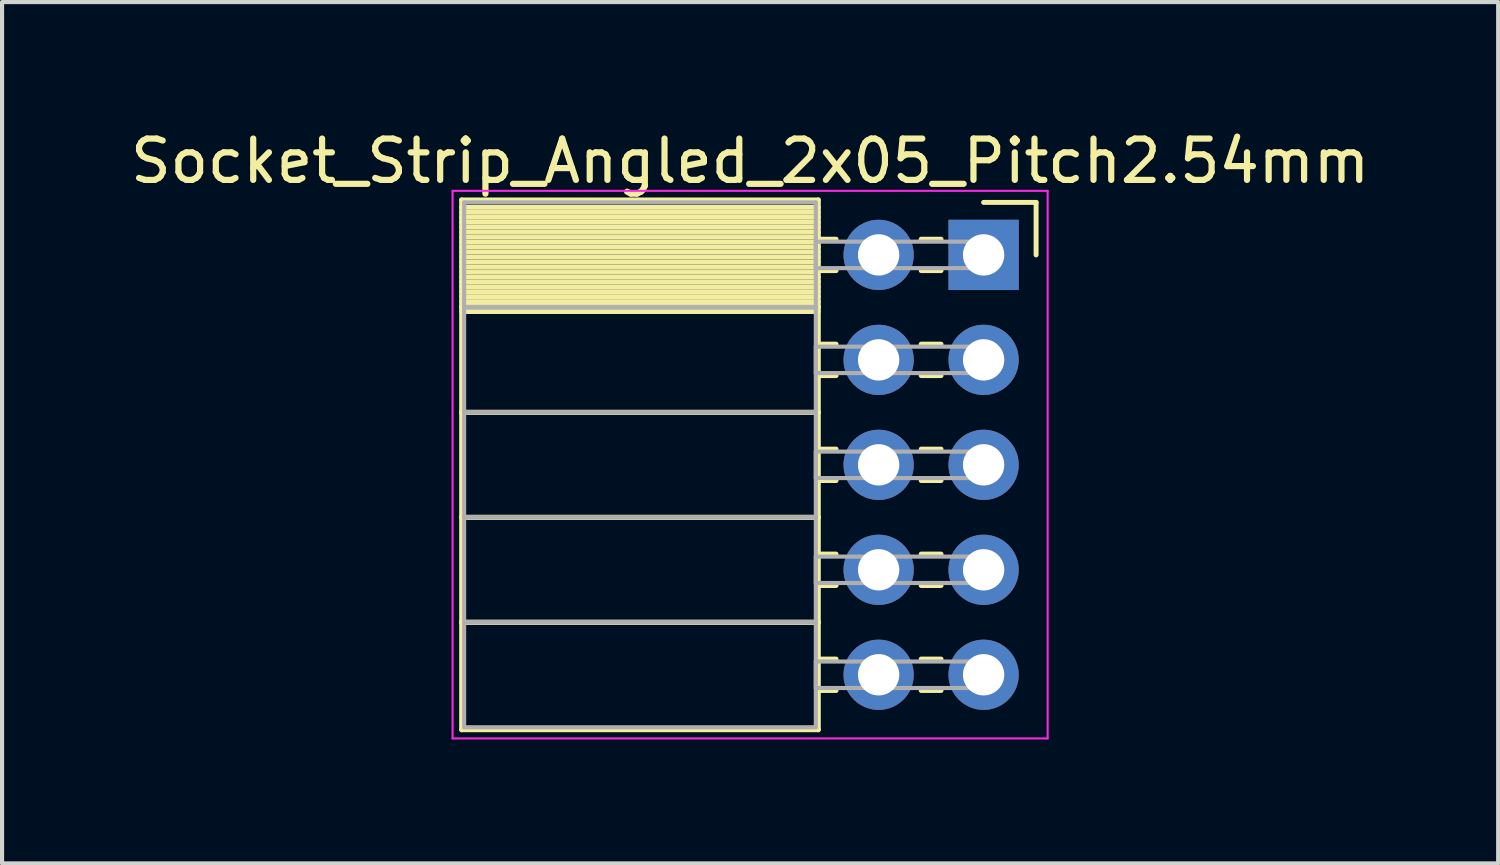
<source format=kicad_pcb>
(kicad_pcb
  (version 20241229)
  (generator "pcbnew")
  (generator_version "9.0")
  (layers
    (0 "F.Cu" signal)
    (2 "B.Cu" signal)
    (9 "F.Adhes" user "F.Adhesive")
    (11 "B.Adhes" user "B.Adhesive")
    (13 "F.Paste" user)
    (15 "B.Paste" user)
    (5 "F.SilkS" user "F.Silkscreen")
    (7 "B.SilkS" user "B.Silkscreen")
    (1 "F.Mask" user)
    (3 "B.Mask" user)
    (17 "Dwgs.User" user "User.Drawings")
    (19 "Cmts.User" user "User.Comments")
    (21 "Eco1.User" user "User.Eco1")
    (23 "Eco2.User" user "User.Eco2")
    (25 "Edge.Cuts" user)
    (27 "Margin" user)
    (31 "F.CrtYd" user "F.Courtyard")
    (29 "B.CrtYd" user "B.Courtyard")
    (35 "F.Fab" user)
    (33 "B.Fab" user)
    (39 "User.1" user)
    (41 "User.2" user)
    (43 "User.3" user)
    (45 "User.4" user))
  (footprint "Socket_Strip_Angled_2x05_Pitch2.54mm"
    (layer "F.Cu")
    (at 20.751 3.118)
    (property "Reference" "Socket_Strip_Angled_2x05_Pitch2.54mm" (at -5.65 -2.27 0) (layer "F.SilkS") (effects (font (size 1 1) (thickness 0.15))))
    (attr through_hole)
    (fp_line (start -12.63 -1.33) (end -4 -1.33) (stroke (width 0.12) (type solid)) (layer "F.SilkS"))
    (fp_line (start -12.63 1.27) (end -12.63 -1.33) (stroke (width 0.12) (type solid)) (layer "F.SilkS"))
    (fp_line (start -12.63 1.27) (end -4 1.27) (stroke (width 0.12) (type solid)) (layer "F.SilkS"))
    (fp_line (start -12.63 3.81) (end -12.63 1.27) (stroke (width 0.12) (type solid)) (layer "F.SilkS"))
    (fp_line (start -12.63 3.81) (end -4 3.81) (stroke (width 0.12) (type solid)) (layer "F.SilkS"))
    (fp_line (start -12.63 6.35) (end -12.63 3.81) (stroke (width 0.12) (type solid)) (layer "F.SilkS"))
    (fp_line (start -12.63 6.35) (end -4 6.35) (stroke (width 0.12) (type solid)) (layer "F.SilkS"))
    (fp_line (start -12.63 8.89) (end -12.63 6.35) (stroke (width 0.12) (type solid)) (layer "F.SilkS"))
    (fp_line (start -12.63 8.89) (end -4 8.89) (stroke (width 0.12) (type solid)) (layer "F.SilkS"))
    (fp_line (start -12.63 11.49) (end -12.63 8.89) (stroke (width 0.12) (type solid)) (layer "F.SilkS"))
    (fp_line (start -4 -1.33) (end -4 1.27) (stroke (width 0.12) (type solid)) (layer "F.SilkS"))
    (fp_line (start -4 -1.15) (end -12.63 -1.15) (stroke (width 0.12) (type solid)) (layer "F.SilkS"))
    (fp_line (start -4 -1.03) (end -12.63 -1.03) (stroke (width 0.12) (type solid)) (layer "F.SilkS"))
    (fp_line (start -4 -0.91) (end -12.63 -0.91) (stroke (width 0.12) (type solid)) (layer "F.SilkS"))
    (fp_line (start -4 -0.79) (end -12.63 -0.79) (stroke (width 0.12) (type solid)) (layer "F.SilkS"))
    (fp_line (start -4 -0.67) (end -12.63 -0.67) (stroke (width 0.12) (type solid)) (layer "F.SilkS"))
    (fp_line (start -4 -0.55) (end -12.63 -0.55) (stroke (width 0.12) (type solid)) (layer "F.SilkS"))
    (fp_line (start -4 -0.43) (end -12.63 -0.43) (stroke (width 0.12) (type solid)) (layer "F.SilkS"))
    (fp_line (start -4 -0.31) (end -12.63 -0.31) (stroke (width 0.12) (type solid)) (layer "F.SilkS"))
    (fp_line (start -4 -0.19) (end -12.63 -0.19) (stroke (width 0.12) (type solid)) (layer "F.SilkS"))
    (fp_line (start -4 -0.07) (end -12.63 -0.07) (stroke (width 0.12) (type solid)) (layer "F.SilkS"))
    (fp_line (start -4 0.05) (end -12.63 0.05) (stroke (width 0.12) (type solid)) (layer "F.SilkS"))
    (fp_line (start -4 0.17) (end -12.63 0.17) (stroke (width 0.12) (type solid)) (layer "F.SilkS"))
    (fp_line (start -4 0.29) (end -12.63 0.29) (stroke (width 0.12) (type solid)) (layer "F.SilkS"))
    (fp_line (start -4 0.41) (end -12.63 0.41) (stroke (width 0.12) (type solid)) (layer "F.SilkS"))
    (fp_line (start -4 0.53) (end -12.63 0.53) (stroke (width 0.12) (type solid)) (layer "F.SilkS"))
    (fp_line (start -4 0.65) (end -12.63 0.65) (stroke (width 0.12) (type solid)) (layer "F.SilkS"))
    (fp_line (start -4 0.77) (end -12.63 0.77) (stroke (width 0.12) (type solid)) (layer "F.SilkS"))
    (fp_line (start -4 0.89) (end -12.63 0.89) (stroke (width 0.12) (type solid)) (layer "F.SilkS"))
    (fp_line (start -4 1.01) (end -12.63 1.01) (stroke (width 0.12) (type solid)) (layer "F.SilkS"))
    (fp_line (start -4 1.13) (end -12.63 1.13) (stroke (width 0.12) (type solid)) (layer "F.SilkS"))
    (fp_line (start -4 1.25) (end -12.63 1.25) (stroke (width 0.12) (type solid)) (layer "F.SilkS"))
    (fp_line (start -4 1.27) (end -12.63 1.27) (stroke (width 0.12) (type solid)) (layer "F.SilkS"))
    (fp_line (start -4 1.27) (end -4 3.81) (stroke (width 0.12) (type solid)) (layer "F.SilkS"))
    (fp_line (start -4 1.37) (end -12.63 1.37) (stroke (width 0.12) (type solid)) (layer "F.SilkS"))
    (fp_line (start -4 3.81) (end -12.63 3.81) (stroke (width 0.12) (type solid)) (layer "F.SilkS"))
    (fp_line (start -4 3.81) (end -4 6.35) (stroke (width 0.12) (type solid)) (layer "F.SilkS"))
    (fp_line (start -4 6.35) (end -12.63 6.35) (stroke (width 0.12) (type solid)) (layer "F.SilkS"))
    (fp_line (start -4 6.35) (end -4 8.89) (stroke (width 0.12) (type solid)) (layer "F.SilkS"))
    (fp_line (start -4 8.89) (end -12.63 8.89) (stroke (width 0.12) (type solid)) (layer "F.SilkS"))
    (fp_line (start -4 8.89) (end -4 11.49) (stroke (width 0.12) (type solid)) (layer "F.SilkS"))
    (fp_line (start -4 11.49) (end -12.63 11.49) (stroke (width 0.12) (type solid)) (layer "F.SilkS"))
    (fp_line (start -3.57 -0.38) (end -4 -0.38) (stroke (width 0.12) (type solid)) (layer "F.SilkS"))
    (fp_line (start -3.57 0.38) (end -4 0.38) (stroke (width 0.12) (type solid)) (layer "F.SilkS"))
    (fp_line (start -3.57 2.16) (end -4 2.16) (stroke (width 0.12) (type solid)) (layer "F.SilkS"))
    (fp_line (start -3.57 2.92) (end -4 2.92) (stroke (width 0.12) (type solid)) (layer "F.SilkS"))
    (fp_line (start -3.57 4.7) (end -4 4.7) (stroke (width 0.12) (type solid)) (layer "F.SilkS"))
    (fp_line (start -3.57 5.46) (end -4 5.46) (stroke (width 0.12) (type solid)) (layer "F.SilkS"))
    (fp_line (start -3.57 7.24) (end -4 7.24) (stroke (width 0.12) (type solid)) (layer "F.SilkS"))
    (fp_line (start -3.57 8) (end -4 8) (stroke (width 0.12) (type solid)) (layer "F.SilkS"))
    (fp_line (start -3.57 9.78) (end -4 9.78) (stroke (width 0.12) (type solid)) (layer "F.SilkS"))
    (fp_line (start -3.57 10.54) (end -4 10.54) (stroke (width 0.12) (type solid)) (layer "F.SilkS"))
    (fp_line (start -1.03 -0.38) (end -1.51 -0.38) (stroke (width 0.12) (type solid)) (layer "F.SilkS"))
    (fp_line (start -1.03 0.38) (end -1.51 0.38) (stroke (width 0.12) (type solid)) (layer "F.SilkS"))
    (fp_line (start -1.03 2.16) (end -1.51 2.16) (stroke (width 0.12) (type solid)) (layer "F.SilkS"))
    (fp_line (start -1.03 2.92) (end -1.51 2.92) (stroke (width 0.12) (type solid)) (layer "F.SilkS"))
    (fp_line (start -1.03 4.7) (end -1.51 4.7) (stroke (width 0.12) (type solid)) (layer "F.SilkS"))
    (fp_line (start -1.03 5.46) (end -1.51 5.46) (stroke (width 0.12) (type solid)) (layer "F.SilkS"))
    (fp_line (start -1.03 7.24) (end -1.51 7.24) (stroke (width 0.12) (type solid)) (layer "F.SilkS"))
    (fp_line (start -1.03 8) (end -1.51 8) (stroke (width 0.12) (type solid)) (layer "F.SilkS"))
    (fp_line (start -1.03 9.78) (end -1.51 9.78) (stroke (width 0.12) (type solid)) (layer "F.SilkS"))
    (fp_line (start -1.03 10.54) (end -1.51 10.54) (stroke (width 0.12) (type solid)) (layer "F.SilkS"))
    (fp_line (start 0 -1.27) (end 1.27 -1.27) (stroke (width 0.12) (type solid)) (layer "F.SilkS"))
    (fp_line (start 1.27 -1.27) (end 1.27 0) (stroke (width 0.12) (type solid)) (layer "F.SilkS"))
    (fp_line (start -12.85 -1.55) (end 1.55 -1.55) (stroke (width 0.05) (type solid)) (layer "F.CrtYd"))
    (fp_line (start -12.85 11.7) (end -12.85 -1.55) (stroke (width 0.05) (type solid)) (layer "F.CrtYd"))
    (fp_line (start 1.55 -1.55) (end 1.55 11.7) (stroke (width 0.05) (type solid)) (layer "F.CrtYd"))
    (fp_line (start 1.55 11.7) (end -12.85 11.7) (stroke (width 0.05) (type solid)) (layer "F.CrtYd"))
    (fp_line (start -12.57 -1.27) (end -4.06 -1.27) (stroke (width 0.1) (type solid)) (layer "F.Fab"))
    (fp_line (start -12.57 1.27) (end -12.57 -1.27) (stroke (width 0.1) (type solid)) (layer "F.Fab"))
    (fp_line (start -12.57 1.27) (end -4.06 1.27) (stroke (width 0.1) (type solid)) (layer "F.Fab"))
    (fp_line (start -12.57 3.81) (end -12.57 1.27) (stroke (width 0.1) (type solid)) (layer "F.Fab"))
    (fp_line (start -12.57 3.81) (end -4.06 3.81) (stroke (width 0.1) (type solid)) (layer "F.Fab"))
    (fp_line (start -12.57 6.35) (end -12.57 3.81) (stroke (width 0.1) (type solid)) (layer "F.Fab"))
    (fp_line (start -12.57 6.35) (end -4.06 6.35) (stroke (width 0.1) (type solid)) (layer "F.Fab"))
    (fp_line (start -12.57 8.89) (end -12.57 6.35) (stroke (width 0.1) (type solid)) (layer "F.Fab"))
    (fp_line (start -12.57 8.89) (end -4.06 8.89) (stroke (width 0.1) (type solid)) (layer "F.Fab"))
    (fp_line (start -12.57 11.43) (end -12.57 8.89) (stroke (width 0.1) (type solid)) (layer "F.Fab"))
    (fp_line (start -4.06 -1.27) (end -4.06 1.27) (stroke (width 0.1) (type solid)) (layer "F.Fab"))
    (fp_line (start -4.06 -0.32) (end 0 -0.32) (stroke (width 0.1) (type solid)) (layer "F.Fab"))
    (fp_line (start -4.06 0.32) (end -4.06 -0.32) (stroke (width 0.1) (type solid)) (layer "F.Fab"))
    (fp_line (start -4.06 1.27) (end -12.57 1.27) (stroke (width 0.1) (type solid)) (layer "F.Fab"))
    (fp_line (start -4.06 1.27) (end -4.06 3.81) (stroke (width 0.1) (type solid)) (layer "F.Fab"))
    (fp_line (start -4.06 2.22) (end 0 2.22) (stroke (width 0.1) (type solid)) (layer "F.Fab"))
    (fp_line (start -4.06 2.86) (end -4.06 2.22) (stroke (width 0.1) (type solid)) (layer "F.Fab"))
    (fp_line (start -4.06 3.81) (end -12.57 3.81) (stroke (width 0.1) (type solid)) (layer "F.Fab"))
    (fp_line (start -4.06 3.81) (end -4.06 6.35) (stroke (width 0.1) (type solid)) (layer "F.Fab"))
    (fp_line (start -4.06 4.76) (end 0 4.76) (stroke (width 0.1) (type solid)) (layer "F.Fab"))
    (fp_line (start -4.06 5.4) (end -4.06 4.76) (stroke (width 0.1) (type solid)) (layer "F.Fab"))
    (fp_line (start -4.06 6.35) (end -12.57 6.35) (stroke (width 0.1) (type solid)) (layer "F.Fab"))
    (fp_line (start -4.06 6.35) (end -4.06 8.89) (stroke (width 0.1) (type solid)) (layer "F.Fab"))
    (fp_line (start -4.06 7.3) (end 0 7.3) (stroke (width 0.1) (type solid)) (layer "F.Fab"))
    (fp_line (start -4.06 7.94) (end -4.06 7.3) (stroke (width 0.1) (type solid)) (layer "F.Fab"))
    (fp_line (start -4.06 8.89) (end -12.57 8.89) (stroke (width 0.1) (type solid)) (layer "F.Fab"))
    (fp_line (start -4.06 8.89) (end -4.06 11.43) (stroke (width 0.1) (type solid)) (layer "F.Fab"))
    (fp_line (start -4.06 9.84) (end 0 9.84) (stroke (width 0.1) (type solid)) (layer "F.Fab"))
    (fp_line (start -4.06 10.48) (end -4.06 9.84) (stroke (width 0.1) (type solid)) (layer "F.Fab"))
    (fp_line (start -4.06 11.43) (end -12.57 11.43) (stroke (width 0.1) (type solid)) (layer "F.Fab"))
    (fp_line (start 0 -0.32) (end 0 0.32) (stroke (width 0.1) (type solid)) (layer "F.Fab"))
    (fp_line (start 0 0.32) (end -4.06 0.32) (stroke (width 0.1) (type solid)) (layer "F.Fab"))
    (fp_line (start 0 2.22) (end 0 2.86) (stroke (width 0.1) (type solid)) (layer "F.Fab"))
    (fp_line (start 0 2.86) (end -4.06 2.86) (stroke (width 0.1) (type solid)) (layer "F.Fab"))
    (fp_line (start 0 4.76) (end 0 5.4) (stroke (width 0.1) (type solid)) (layer "F.Fab"))
    (fp_line (start 0 5.4) (end -4.06 5.4) (stroke (width 0.1) (type solid)) (layer "F.Fab"))
    (fp_line (start 0 7.3) (end 0 7.94) (stroke (width 0.1) (type solid)) (layer "F.Fab"))
    (fp_line (start 0 7.94) (end -4.06 7.94) (stroke (width 0.1) (type solid)) (layer "F.Fab"))
    (fp_line (start 0 9.84) (end 0 10.48) (stroke (width 0.1) (type solid)) (layer "F.Fab"))
    (fp_line (start 0 10.48) (end -4.06 10.48) (stroke (width 0.1) (type solid)) (layer "F.Fab"))
    (pad "1" thru_hole rect (at 0 0) (size 1.7 1.7) (drill 1) (layers "*.Cu" "*.Mask"))
    (pad "2" thru_hole oval (at -2.54 0) (size 1.7 1.7) (drill 1) (layers "*.Cu" "*.Mask"))
    (pad "3" thru_hole oval (at 0 2.54) (size 1.7 1.7) (drill 1) (layers "*.Cu" "*.Mask"))
    (pad "4" thru_hole oval (at -2.54 2.54) (size 1.7 1.7) (drill 1) (layers "*.Cu" "*.Mask"))
    (pad "5" thru_hole oval (at 0 5.08) (size 1.7 1.7) (drill 1) (layers "*.Cu" "*.Mask"))
    (pad "6" thru_hole oval (at -2.54 5.08) (size 1.7 1.7) (drill 1) (layers "*.Cu" "*.Mask"))
    (pad "7" thru_hole oval (at 0 7.62) (size 1.7 1.7) (drill 1) (layers "*.Cu" "*.Mask"))
    (pad "8" thru_hole oval (at -2.54 7.62) (size 1.7 1.7) (drill 1) (layers "*.Cu" "*.Mask"))
    (pad "9" thru_hole oval (at 0 10.16) (size 1.7 1.7) (drill 1) (layers "*.Cu" "*.Mask"))
    (pad "10" thru_hole oval (at -2.54 10.16) (size 1.7 1.7) (drill 1) (layers "*.Cu" "*.Mask")))
  (gr_rect
    (start -3 -3)
    (end 33.202 17.843)
    (stroke (width 0.1) (type default))
    (fill no)
    (layer "Edge.Cuts")))
</source>
